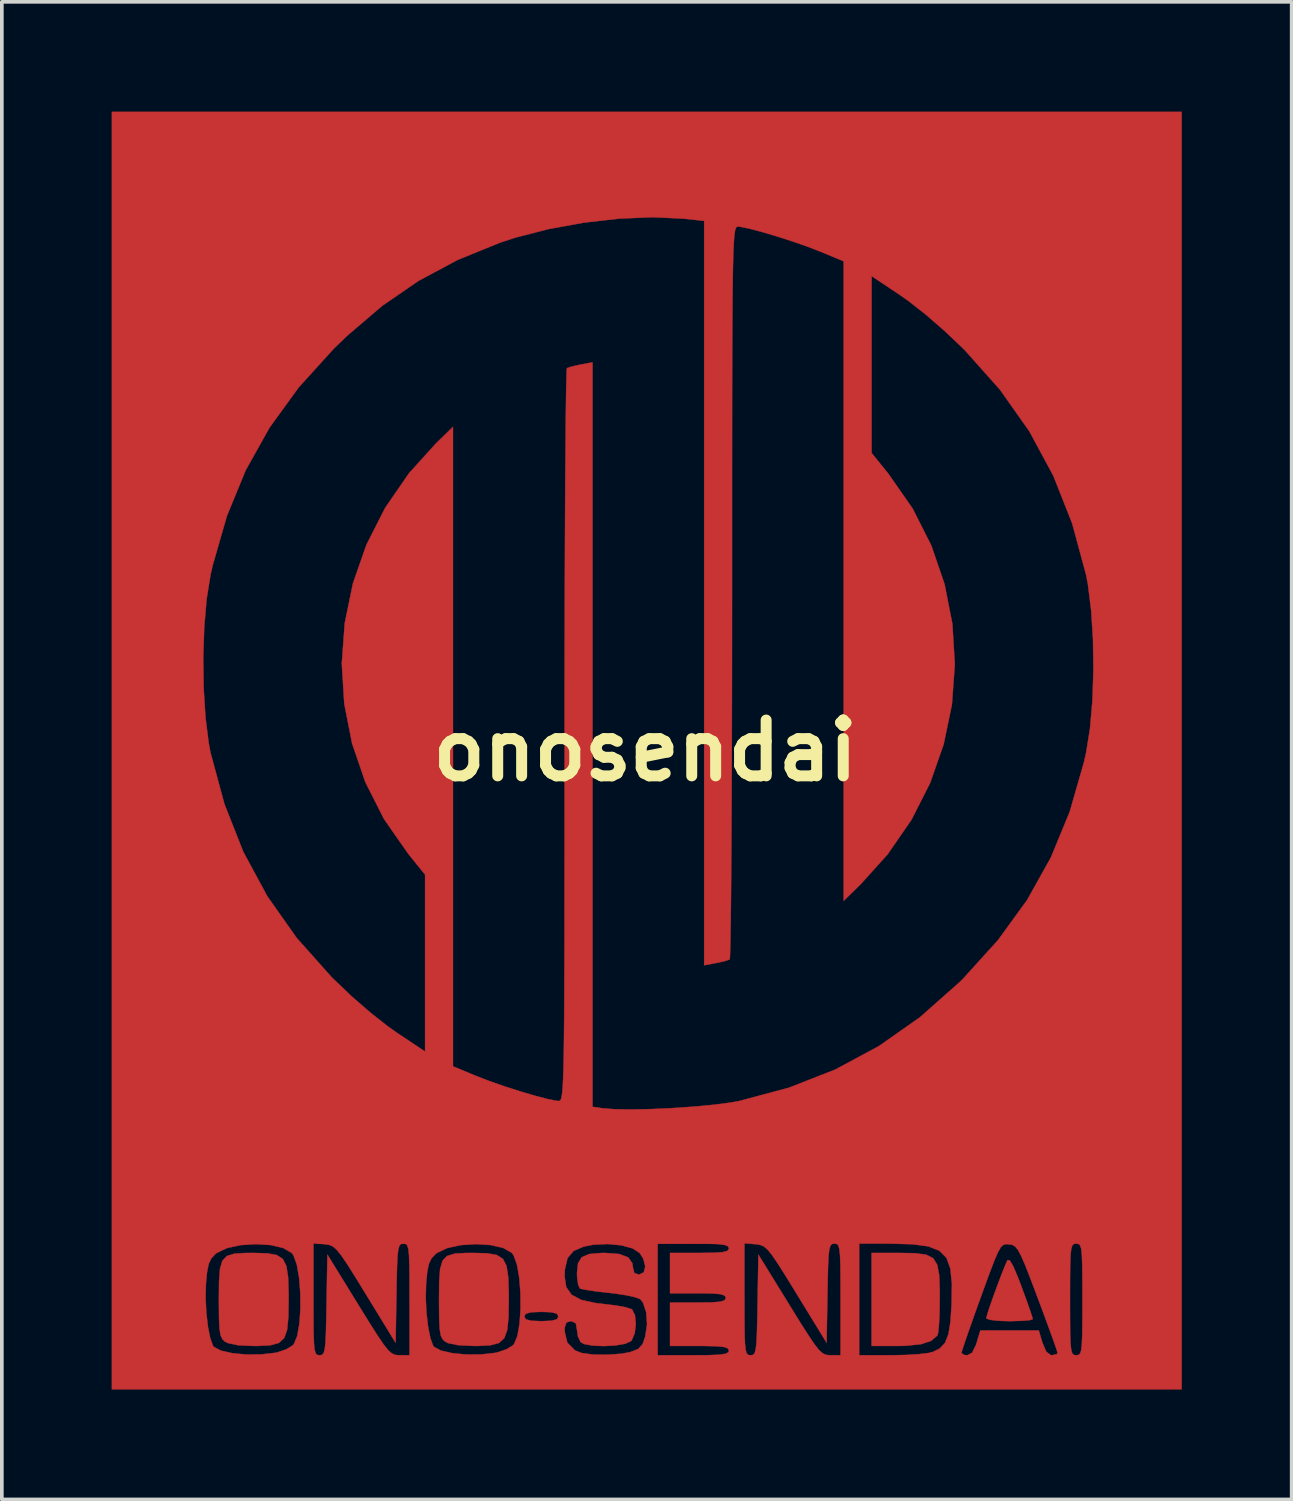
<source format=kicad_pcb>
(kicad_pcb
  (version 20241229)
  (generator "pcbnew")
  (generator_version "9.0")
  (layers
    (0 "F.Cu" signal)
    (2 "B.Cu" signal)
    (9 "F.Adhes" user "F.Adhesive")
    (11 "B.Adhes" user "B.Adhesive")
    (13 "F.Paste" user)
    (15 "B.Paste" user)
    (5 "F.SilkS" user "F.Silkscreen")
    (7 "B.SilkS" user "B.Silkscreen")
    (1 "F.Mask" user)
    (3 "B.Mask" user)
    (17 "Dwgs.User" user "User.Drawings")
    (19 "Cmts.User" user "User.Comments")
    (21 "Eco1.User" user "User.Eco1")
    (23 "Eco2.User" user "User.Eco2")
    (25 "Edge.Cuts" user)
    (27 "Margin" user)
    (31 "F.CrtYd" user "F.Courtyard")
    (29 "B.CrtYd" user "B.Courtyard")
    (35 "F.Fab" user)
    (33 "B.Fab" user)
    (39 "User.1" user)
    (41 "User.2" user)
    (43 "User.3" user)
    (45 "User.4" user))
  (footprint "onosendai"
    (layer "F.Cu")
    (at 14.568 17.446)
    (property "Reference" "onosendai" (at 0 0 0) (layer "F.SilkS") (effects (font (size 1.524 1.524) (thickness 0.3))))
    (attr through_hole)
    (fp_poly (pts (xy 7.369 13.723) (xy 7.668 13.763) (xy 7.862 13.86) (xy 7.974 14.039) (xy 8.027 14.326) (xy 8.042 14.747) (xy 8.042 14.965) (xy 8.036 15.347) (xy 8.021 15.668) (xy 7.999 15.89) (xy 7.979 15.968) (xy 7.809 16.116) (xy 7.524 16.209) (xy 7.103 16.252) (xy 6.864 16.256) (xy 6.181 16.256) (xy 6.181 13.716) (xy 6.943 13.716) (xy 7.369 13.723)) (stroke (width 0.01) (type solid)) (fill yes) (layer "F.Cu"))
    (fp_poly (pts (xy 9.951 13.917) (xy 10.047 14.077) (xy 10.183 14.395) (xy 10.272 14.629) (xy 10.4 14.98) (xy 10.503 15.269) (xy 10.567 15.463) (xy 10.583 15.524) (xy 10.506 15.55) (xy 10.3 15.569) (xy 10.008 15.578) (xy 9.948 15.579) (xy 9.645 15.569) (xy 9.42 15.543) (xy 9.316 15.507) (xy 9.313 15.5) (xy 9.342 15.387) (xy 9.415 15.162) (xy 9.519 14.868) (xy 9.635 14.551) (xy 9.748 14.254) (xy 9.842 14.022) (xy 9.893 13.912) (xy 9.951 13.917)) (stroke (width 0.01) (type solid)) (fill yes) (layer "F.Cu"))
    (fp_poly (pts (xy -10.326 13.726) (xy -10.066 13.772) (xy -9.897 13.879) (xy -9.798 14.073) (xy -9.751 14.378) (xy -9.737 14.819) (xy -9.737 14.986) (xy -9.744 15.474) (xy -9.779 15.819) (xy -9.86 16.044) (xy -10.006 16.175) (xy -10.236 16.237) (xy -10.569 16.255) (xy -10.694 16.256) (xy -11.116 16.236) (xy -11.397 16.177) (xy -11.477 16.136) (xy -11.547 16.069) (xy -11.594 15.967) (xy -11.622 15.801) (xy -11.637 15.538) (xy -11.641 15.147) (xy -11.642 14.986) (xy -11.637 14.498) (xy -11.612 14.155) (xy -11.547 13.93) (xy -11.423 13.799) (xy -11.221 13.737) (xy -10.923 13.717) (xy -10.694 13.716) (xy -10.326 13.726)) (stroke (width 0.01) (type solid)) (fill yes) (layer "F.Cu"))
    (fp_poly (pts (xy -4.315 13.726) (xy -4.055 13.772) (xy -3.885 13.879) (xy -3.786 14.073) (xy -3.74 14.378) (xy -3.726 14.819) (xy -3.725 14.986) (xy -3.733 15.474) (xy -3.767 15.819) (xy -3.848 16.044) (xy -3.994 16.175) (xy -4.224 16.237) (xy -4.557 16.255) (xy -4.683 16.256) (xy -5.104 16.236) (xy -5.386 16.177) (xy -5.466 16.136) (xy -5.536 16.069) (xy -5.583 15.967) (xy -5.611 15.801) (xy -5.625 15.538) (xy -5.63 15.147) (xy -5.63 14.986) (xy -5.626 14.498) (xy -5.601 14.155) (xy -5.535 13.93) (xy -5.411 13.799) (xy -5.21 13.737) (xy -4.912 13.717) (xy -4.683 13.716) (xy -4.315 13.726)) (stroke (width 0.01) (type solid)) (fill yes) (layer "F.Cu"))
    (fp_poly (pts (xy 14.647 17.441) (xy -14.563 17.441) (xy -14.563 14.945) (xy -12.004 14.945) (xy -11.984 15.35) (xy -11.94 15.731) (xy -11.877 16.045) (xy -11.802 16.249) (xy -11.776 16.282) (xy -11.587 16.383) (xy -11.278 16.453) (xy -10.897 16.49) (xy -10.494 16.488) (xy -10.116 16.445) (xy -10.035 16.428) (xy -9.795 16.345) (xy -9.62 16.236) (xy -9.597 16.21) (xy -9.503 15.988) (xy -9.443 15.651) (xy -9.415 15.244) (xy -9.417 14.981) (xy -9.059 14.981) (xy -9.059 15.524) (xy -9.054 15.92) (xy -9.044 16.193) (xy -9.026 16.366) (xy -8.997 16.461) (xy -8.954 16.501) (xy -8.896 16.51) (xy -8.892 16.51) (xy -8.83 16.501) (xy -8.785 16.459) (xy -8.753 16.358) (xy -8.732 16.176) (xy -8.718 15.887) (xy -8.708 15.468) (xy -8.702 15.135) (xy -8.678 13.761) (xy -7.832 15.135) (xy -7.536 15.613) (xy -7.313 15.964) (xy -7.147 16.21) (xy -7.021 16.368) (xy -6.921 16.458) (xy -6.831 16.499) (xy -6.736 16.509) (xy -6.71 16.51) (xy -6.435 16.51) (xy -6.435 14.986) (xy -6.435 14.945) (xy -5.993 14.945) (xy -5.973 15.35) (xy -5.929 15.731) (xy -5.866 16.045) (xy -5.79 16.249) (xy -5.765 16.282) (xy -5.575 16.383) (xy -5.266 16.453) (xy -4.886 16.49) (xy -4.483 16.488) (xy -4.104 16.445) (xy -4.024 16.428) (xy -3.783 16.345) (xy -3.609 16.236) (xy -3.585 16.21) (xy -3.492 15.988) (xy -3.432 15.651) (xy -3.418 15.452) (xy -3.302 15.452) (xy -3.26 15.528) (xy -3.113 15.568) (xy -2.836 15.579) (xy -2.556 15.567) (xy -2.411 15.527) (xy -2.371 15.452) (xy -2.412 15.375) (xy -2.559 15.336) (xy -2.836 15.325) (xy -3.117 15.336) (xy -3.262 15.376) (xy -3.302 15.452) (xy -3.418 15.452) (xy -3.404 15.244) (xy -3.407 14.81) (xy -3.44 14.393) (xy -3.445 14.36) (xy -2.201 14.36) (xy -2.156 14.65) (xy -2.009 14.859) (xy -1.74 15.001) (xy -1.332 15.088) (xy -1.137 15.11) (xy -0.807 15.15) (xy -0.536 15.199) (xy -0.376 15.249) (xy -0.36 15.259) (xy -0.28 15.415) (xy -0.257 15.656) (xy -0.287 15.91) (xy -0.369 16.102) (xy -0.387 16.123) (xy -0.546 16.196) (xy -0.811 16.242) (xy -1.125 16.259) (xy -1.43 16.247) (xy -1.667 16.204) (xy -1.761 16.154) (xy -1.837 15.998) (xy -1.863 15.816) (xy -1.894 15.638) (xy -2.006 15.58) (xy -2.032 15.579) (xy -2.151 15.614) (xy -2.197 15.748) (xy -2.201 15.862) (xy -2.127 16.166) (xy -1.918 16.377) (xy -1.736 16.449) (xy -1.421 16.491) (xy -1.028 16.496) (xy -0.642 16.467) (xy -0.405 16.422) (xy -0.188 16.337) (xy -0.069 16.2) (xy 0.001 15.997) (xy 0.05 15.661) (xy 0.026 15.333) (xy -0.06 15.074) (xy -0.136 14.978) (xy -0.271 14.925) (xy -0.527 14.869) (xy -0.858 14.82) (xy -0.981 14.807) (xy -1.32 14.768) (xy -1.594 14.728) (xy -1.76 14.695) (xy -1.785 14.685) (xy -1.832 14.578) (xy -1.86 14.366) (xy -1.863 14.264) (xy -1.835 14) (xy -1.734 13.834) (xy -1.53 13.746) (xy -1.194 13.717) (xy -1.101 13.716) (xy -0.709 13.745) (xy -0.464 13.838) (xy -0.35 14) (xy -0.339 14.1) (xy -0.298 14.264) (xy -0.169 14.309) (xy -0.039 14.245) (xy 0.001 14.084) (xy -0.053 13.874) (xy -0.15 13.719) (xy -0.343 13.592) (xy -0.651 13.508) (xy -1.025 13.472) (xy -1.414 13.491) (xy -1.676 13.542) (xy -1.956 13.661) (xy -2.121 13.857) (xy -2.193 14.161) (xy -2.201 14.36) (xy -3.445 14.36) (xy -3.502 14.036) (xy -3.592 13.783) (xy -3.641 13.715) (xy -3.875 13.58) (xy -4.219 13.5) (xy -4.623 13.475) (xy -5.036 13.502) (xy -5.407 13.583) (xy -5.688 13.716) (xy -5.722 13.743) (xy -5.837 13.865) (xy -5.91 14.019) (xy -5.955 14.253) (xy -5.983 14.563) (xy -5.993 14.945) (xy -6.435 14.945) (xy -6.436 14.444) (xy -6.44 14.049) (xy -6.45 13.776) (xy -6.468 13.605) (xy -6.498 13.51) (xy -6.54 13.47) (xy -6.599 13.462) (xy -6.602 13.462) (xy 0.339 13.462) (xy 0.339 16.51) (xy 1.312 16.51) (xy 1.74 16.507) (xy 2.025 16.494) (xy 2.193 16.469) (xy 2.271 16.428) (xy 2.286 16.383) (xy 2.257 16.322) (xy 2.152 16.284) (xy 1.942 16.264) (xy 1.598 16.256) (xy 1.482 16.256) (xy 0.677 16.256) (xy 0.677 15.071) (xy 1.439 15.071) (xy 1.811 15.066) (xy 2.043 15.048) (xy 2.163 15.012) (xy 2.183 14.981) (xy 2.709 14.981) (xy 2.71 15.524) (xy 2.714 15.92) (xy 2.724 16.193) (xy 2.743 16.366) (xy 2.772 16.461) (xy 2.815 16.501) (xy 2.873 16.51) (xy 2.877 16.51) (xy 2.939 16.501) (xy 2.984 16.459) (xy 3.016 16.358) (xy 3.037 16.176) (xy 3.051 15.887) (xy 3.061 15.468) (xy 3.067 15.135) (xy 3.09 13.761) (xy 3.937 15.135) (xy 4.232 15.613) (xy 4.456 15.964) (xy 4.622 16.21) (xy 4.747 16.368) (xy 4.847 16.458) (xy 4.937 16.499) (xy 5.033 16.509) (xy 5.059 16.51) (xy 5.334 16.51) (xy 5.842 16.51) (xy 6.718 16.51) (xy 7.115 16.502) (xy 7.473 16.48) (xy 7.742 16.447) (xy 7.745 16.447) (xy 8.634 16.447) (xy 8.706 16.5) (xy 8.792 16.51) (xy 8.925 16.442) (xy 9.032 16.225) (xy 9.049 16.171) (xy 9.151 15.833) (xy 10.746 15.833) (xy 10.847 16.171) (xy 10.952 16.415) (xy 11.08 16.508) (xy 11.105 16.51) (xy 11.235 16.481) (xy 11.26 16.447) (xy 11.231 16.35) (xy 11.152 16.122) (xy 11.031 15.789) (xy 10.879 15.376) (xy 10.734 14.986) (xy 11.599 14.986) (xy 11.6 15.528) (xy 11.604 15.923) (xy 11.614 16.195) (xy 11.633 16.367) (xy 11.662 16.461) (xy 11.705 16.501) (xy 11.764 16.51) (xy 11.769 16.51) (xy 11.829 16.503) (xy 11.873 16.466) (xy 11.903 16.376) (xy 11.922 16.211) (xy 11.933 15.946) (xy 11.937 15.56) (xy 11.938 15.03) (xy 11.938 14.986) (xy 11.937 14.444) (xy 11.933 14.049) (xy 11.923 13.777) (xy 11.905 13.605) (xy 11.875 13.511) (xy 11.832 13.471) (xy 11.774 13.462) (xy 11.769 13.462) (xy 11.708 13.469) (xy 11.665 13.506) (xy 11.634 13.596) (xy 11.615 13.761) (xy 11.605 14.026) (xy 11.6 14.412) (xy 11.599 14.942) (xy 11.599 14.986) (xy 10.734 14.986) (xy 10.718 14.944) (xy 10.525 14.433) (xy 10.379 14.059) (xy 10.267 13.8) (xy 10.179 13.635) (xy 10.103 13.541) (xy 10.027 13.497) (xy 9.938 13.481) (xy 9.936 13.48) (xy 9.849 13.476) (xy 9.777 13.497) (xy 9.708 13.563) (xy 9.632 13.697) (xy 9.535 13.919) (xy 9.408 14.25) (xy 9.239 14.712) (xy 9.164 14.92) (xy 8.995 15.388) (xy 8.849 15.801) (xy 8.734 16.132) (xy 8.66 16.357) (xy 8.634 16.447) (xy 7.745 16.447) (xy 7.842 16.424) (xy 8.043 16.325) (xy 8.185 16.173) (xy 8.278 15.939) (xy 8.335 15.594) (xy 8.366 15.11) (xy 8.374 14.56) (xy 8.333 14.147) (xy 8.226 13.851) (xy 8.03 13.654) (xy 7.728 13.536) (xy 7.299 13.479) (xy 6.723 13.463) (xy 6.668 13.462) (xy 5.842 13.462) (xy 5.842 16.51) (xy 5.334 16.51) (xy 5.334 14.986) (xy 5.333 14.444) (xy 5.329 14.049) (xy 5.319 13.776) (xy 5.3 13.605) (xy 5.271 13.51) (xy 5.228 13.47) (xy 5.169 13.462) (xy 5.167 13.462) (xy 5.104 13.471) (xy 5.059 13.514) (xy 5.027 13.615) (xy 5.006 13.8) (xy 4.992 14.091) (xy 4.982 14.514) (xy 4.976 14.815) (xy 4.953 16.169) (xy 4.137 14.837) (xy 3.849 14.367) (xy 3.631 14.023) (xy 3.469 13.784) (xy 3.345 13.63) (xy 3.243 13.541) (xy 3.147 13.498) (xy 3.041 13.48) (xy 3.015 13.478) (xy 2.709 13.452) (xy 2.709 14.981) (xy 2.183 14.981) (xy 2.201 14.953) (xy 2.201 14.944) (xy 2.172 14.882) (xy 2.063 14.843) (xy 1.847 14.823) (xy 1.495 14.817) (xy 1.439 14.817) (xy 0.677 14.817) (xy 0.677 13.716) (xy 1.482 13.716) (xy 1.865 13.711) (xy 2.108 13.695) (xy 2.238 13.662) (xy 2.284 13.607) (xy 2.286 13.589) (xy 2.26 13.533) (xy 2.164 13.496) (xy 1.973 13.474) (xy 1.659 13.464) (xy 1.312 13.462) (xy 0.339 13.462) (xy -6.602 13.462) (xy -6.665 13.471) (xy -6.71 13.514) (xy -6.742 13.615) (xy -6.763 13.8) (xy -6.777 14.091) (xy -6.787 14.514) (xy -6.792 14.815) (xy -6.816 16.169) (xy -7.631 14.837) (xy -7.92 14.367) (xy -8.137 14.023) (xy -8.3 13.784) (xy -8.423 13.63) (xy -8.525 13.541) (xy -8.621 13.498) (xy -8.728 13.48) (xy -8.753 13.478) (xy -9.059 13.452) (xy -9.059 14.981) (xy -9.417 14.981) (xy -9.418 14.81) (xy -9.451 14.393) (xy -9.513 14.036) (xy -9.604 13.783) (xy -9.653 13.715) (xy -9.887 13.58) (xy -10.231 13.5) (xy -10.634 13.475) (xy -11.047 13.502) (xy -11.419 13.583) (xy -11.699 13.716) (xy -11.733 13.743) (xy -11.849 13.865) (xy -11.921 14.019) (xy -11.966 14.253) (xy -11.995 14.563) (xy -12.004 14.945) (xy -14.563 14.945) (xy -14.563 -2.546) (xy -12.069 -2.546) (xy -12.057 -1.705) (xy -12.007 -0.905) (xy -11.918 -0.197) (xy -11.869 0.058) (xy -11.49 1.459) (xy -10.975 2.763) (xy -10.318 3.978) (xy -9.515 5.117) (xy -8.559 6.19) (xy -8.517 6.231) (xy -8.019 6.707) (xy -7.505 7.153) (xy -7.025 7.531) (xy -6.795 7.694) (xy -6.011 8.217) (xy -6.011 3.387) (xy -6.471 2.817) (xy -7.132 1.869) (xy -7.643 0.86) (xy -8.004 -0.195) (xy -8.218 -1.28) (xy -8.285 -2.381) (xy -8.205 -3.481) (xy -7.981 -4.566) (xy -7.613 -5.621) (xy -7.101 -6.629) (xy -6.448 -7.576) (xy -5.723 -8.379) (xy -5.249 -8.842) (xy -5.249 8.62) (xy -4.631 8.878) (xy -4.271 9.017) (xy -3.855 9.163) (xy -3.422 9.302) (xy -3.013 9.423) (xy -2.666 9.514) (xy -2.422 9.562) (xy -2.361 9.567) (xy -2.337 9.564) (xy -2.315 9.546) (xy -2.296 9.506) (xy -2.279 9.435) (xy -2.265 9.323) (xy -2.252 9.162) (xy -2.241 8.942) (xy -2.232 8.655) (xy -2.224 8.291) (xy -2.218 7.842) (xy -2.213 7.298) (xy -2.209 6.651) (xy -2.206 5.892) (xy -2.204 5.011) (xy -2.203 3.999) (xy -2.202 2.848) (xy -2.201 1.549) (xy -2.201 0.092) (xy -2.201 -0.418) (xy -2.201 -1.704) (xy -2.199 -2.943) (xy -2.197 -4.124) (xy -2.193 -5.236) (xy -2.189 -6.269) (xy -2.184 -7.213) (xy -2.178 -8.057) (xy -2.172 -8.79) (xy -2.165 -9.402) (xy -2.158 -9.883) (xy -2.15 -10.222) (xy -2.142 -10.409) (xy -2.137 -10.444) (xy -2.018 -10.484) (xy -1.806 -10.533) (xy -1.756 -10.543) (xy -1.439 -10.602) (xy -1.439 9.726) (xy -1.164 9.766) (xy -0.834 9.792) (xy -0.378 9.799) (xy 0.163 9.788) (xy 0.746 9.761) (xy 1.329 9.721) (xy 1.872 9.67) (xy 2.331 9.61) (xy 2.557 9.57) (xy 3.92 9.206) (xy 5.19 8.708) (xy 6.379 8.069) (xy 7.502 7.28) (xy 8.571 6.334) (xy 8.681 6.226) (xy 9.632 5.176) (xy 10.428 4.079) (xy 11.077 2.917) (xy 11.591 1.67) (xy 11.979 0.32) (xy 12.038 0.058) (xy 12.144 -0.597) (xy 12.211 -1.365) (xy 12.238 -2.195) (xy 12.227 -3.036) (xy 12.176 -3.836) (xy 12.087 -4.545) (xy 12.038 -4.8) (xy 11.659 -6.201) (xy 11.144 -7.504) (xy 10.488 -8.72) (xy 9.684 -9.859) (xy 8.728 -10.932) (xy 8.687 -10.973) (xy 8.188 -11.448) (xy 7.675 -11.895) (xy 7.194 -12.273) (xy 6.964 -12.435) (xy 6.181 -12.958) (xy 6.181 -8.128) (xy 6.64 -7.559) (xy 7.301 -6.611) (xy 7.812 -5.601) (xy 8.174 -4.546) (xy 8.387 -3.461) (xy 8.454 -2.36) (xy 8.375 -1.26) (xy 8.15 -0.175) (xy 7.782 0.879) (xy 7.271 1.887) (xy 6.617 2.834) (xy 5.892 3.638) (xy 5.419 4.101) (xy 5.419 -13.362) (xy 4.8 -13.619) (xy 4.44 -13.759) (xy 4.024 -13.904) (xy 3.592 -14.043) (xy 3.182 -14.164) (xy 2.836 -14.255) (xy 2.592 -14.304) (xy 2.531 -14.309) (xy 2.506 -14.305) (xy 2.485 -14.288) (xy 2.466 -14.248) (xy 2.449 -14.176) (xy 2.434 -14.065) (xy 2.421 -13.903) (xy 2.41 -13.684) (xy 2.401 -13.396) (xy 2.393 -13.033) (xy 2.387 -12.583) (xy 2.382 -12.04) (xy 2.378 -11.392) (xy 2.375 -10.633) (xy 2.373 -9.752) (xy 2.372 -8.74) (xy 2.371 -7.59) (xy 2.371 -6.29) (xy 2.371 -4.834) (xy 2.371 -4.323) (xy 2.37 -3.037) (xy 2.369 -1.798) (xy 2.366 -0.618) (xy 2.363 0.494) (xy 2.358 1.528) (xy 2.353 2.471) (xy 2.348 3.315) (xy 2.342 4.049) (xy 2.335 4.661) (xy 2.327 5.142) (xy 2.32 5.481) (xy 2.312 5.668) (xy 2.307 5.702) (xy 2.187 5.743) (xy 1.975 5.792) (xy 1.926 5.801) (xy 1.609 5.861) (xy 1.609 -14.465) (xy 1.039 -14.526) (xy 0.215 -14.566) (xy -0.705 -14.527) (xy -1.672 -14.417) (xy -2.636 -14.242) (xy -3.545 -14.008) (xy -3.953 -13.875) (xy -5.118 -13.401) (xy -6.183 -12.832) (xy -7.183 -12.145) (xy -8.15 -11.318) (xy -8.512 -10.967) (xy -9.463 -9.917) (xy -10.258 -8.82) (xy -10.908 -7.658) (xy -11.421 -6.411) (xy -11.81 -5.061) (xy -11.869 -4.8) (xy -11.975 -4.145) (xy -12.041 -3.377) (xy -12.069 -2.546) (xy -14.563 -2.546) (xy -14.563 -17.441) (xy 14.647 -17.441) (xy 14.647 17.441)) (stroke (width 0.01) (type solid)) (fill yes) (layer "F.Cu")))
  (gr_rect
    (start -3 -3)
    (end 32.22 37.893)
    (stroke (width 0.1) (type default))
    (fill no)
    (layer "Edge.Cuts")))
</source>
